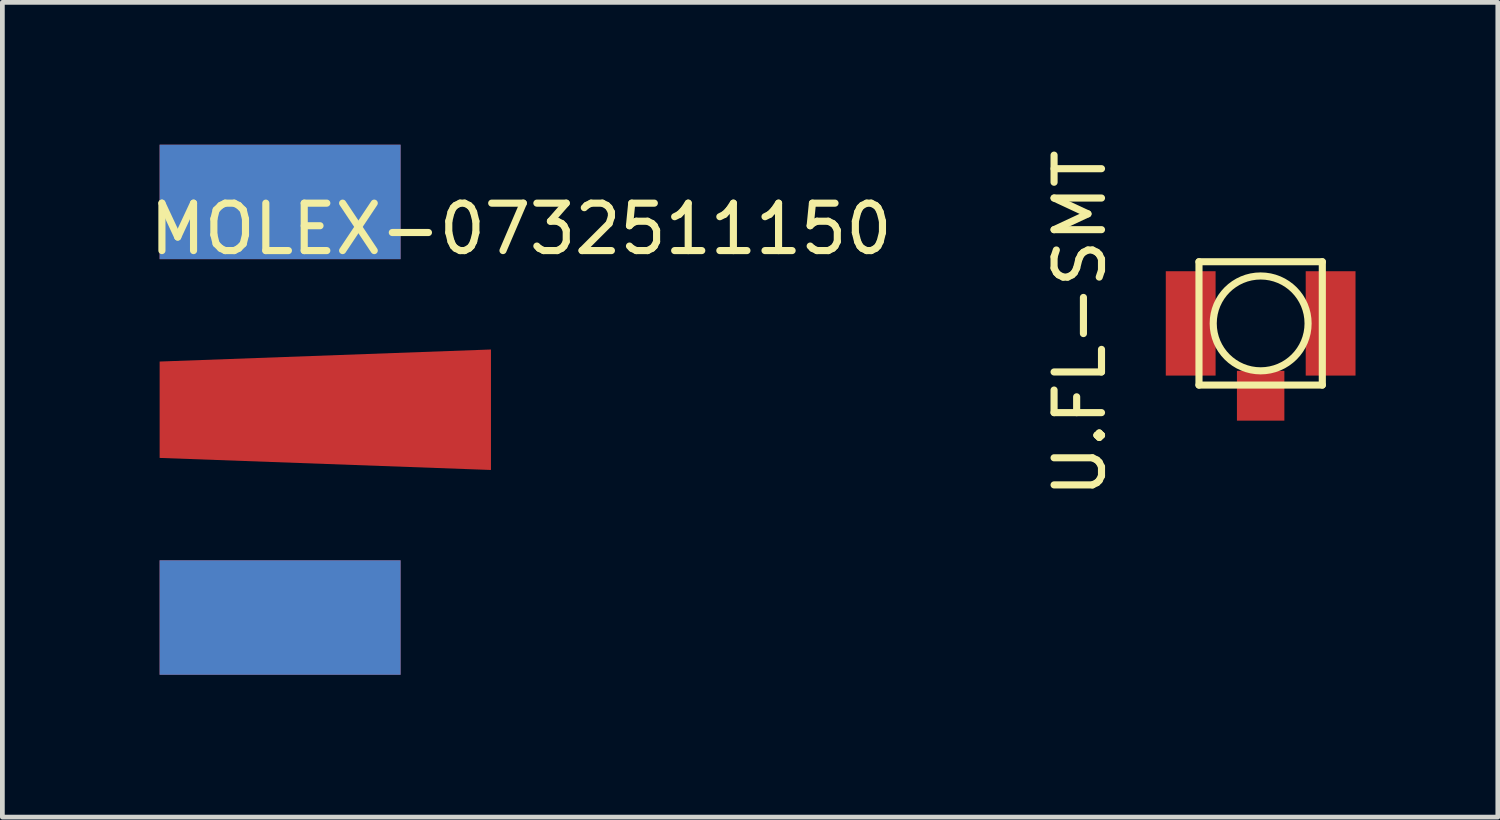
<source format=kicad_pcb>
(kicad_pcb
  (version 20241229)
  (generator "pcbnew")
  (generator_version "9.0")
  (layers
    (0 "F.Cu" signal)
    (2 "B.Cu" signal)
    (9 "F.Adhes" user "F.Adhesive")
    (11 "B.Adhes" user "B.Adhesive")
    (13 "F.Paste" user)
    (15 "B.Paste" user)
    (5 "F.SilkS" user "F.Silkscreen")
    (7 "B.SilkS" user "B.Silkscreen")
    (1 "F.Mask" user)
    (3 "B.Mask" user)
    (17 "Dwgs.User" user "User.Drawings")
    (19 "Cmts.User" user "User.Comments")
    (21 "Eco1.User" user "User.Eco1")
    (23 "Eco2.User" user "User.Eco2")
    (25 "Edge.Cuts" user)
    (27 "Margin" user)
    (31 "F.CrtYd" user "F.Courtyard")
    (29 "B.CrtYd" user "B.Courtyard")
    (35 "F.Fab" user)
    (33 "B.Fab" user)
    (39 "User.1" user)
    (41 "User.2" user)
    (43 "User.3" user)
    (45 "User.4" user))
  (footprint "U.FL-SMT"
    (layer "F.Cu")
    (at 23.527 3.768)
    (property "Reference" "U.FL-SMT" (at -3.81 0 90) (layer "F.SilkS") (effects (font (size 1 1) (thickness 0.15))))
    (attr through_hole)
    (fp_line (start -1.3 -1.3) (end -1.3 1.3) (stroke (width 0.15) (type solid)) (layer "F.SilkS"))
    (fp_line (start -1.3 1.3) (end 1.3 1.3) (stroke (width 0.15) (type solid)) (layer "F.SilkS"))
    (fp_line (start 1.3 -1.3) (end -1.3 -1.3) (stroke (width 0.15) (type solid)) (layer "F.SilkS"))
    (fp_line (start 1.3 1.3) (end 1.3 -1.3) (stroke (width 0.15) (type solid)) (layer "F.SilkS"))
    (fp_circle (center 0 0) (end 1 0) (stroke (width 0.15) (type solid)) (fill no) (layer "F.SilkS"))
    (pad "1" smd rect (at 0 1.525) (size 1 1.05) (layers "F.Cu" "F.Mask" "F.Paste"))
    (pad "2" smd rect (at -1.475 0) (size 1.05 2.2) (layers "F.Cu" "F.Mask" "F.Paste"))
    (pad "3" smd rect (at 1.475 0) (size 1.05 2.2) (layers "F.Cu" "F.Mask" "F.Paste")))
  (footprint "MOLEX-0732511150"
    (layer "F.Cu")
    (at 0.315 5.588)
    (property "Reference" "MOLEX-0732511150" (at 7.62 -3.81 0) (layer "F.SilkS") (effects (font (size 1 1) (thickness 0.15))))
    (attr through_hole)
    (pad "1" smd trapezoid (at 3.493 0) (size 6.985 2.286) (rect_delta -0.254 0) (layers "F.Cu" "F.Mask" "F.Paste"))
    (pad "2" smd rect (at 2.54 -4.381) (size 5.08 2.413) (layers "F.Cu" "F.Mask" "F.Paste"))
    (pad "2" smd rect (at 2.54 -4.381) (size 5.08 2.413) (layers "B.Cu" "B.Mask"))
    (pad "3" smd rect (at 2.54 4.381) (size 5.08 2.413) (layers "F.Cu" "F.Mask" "F.Paste"))
    (pad "3" smd rect (at 2.54 4.381) (size 5.08 2.413) (layers "B.Cu" "B.Mask")))
  (gr_rect
    (start -3 -3)
    (end 28.527 14.176)
    (stroke (width 0.1) (type default))
    (fill no)
    (layer "Edge.Cuts")))
</source>
